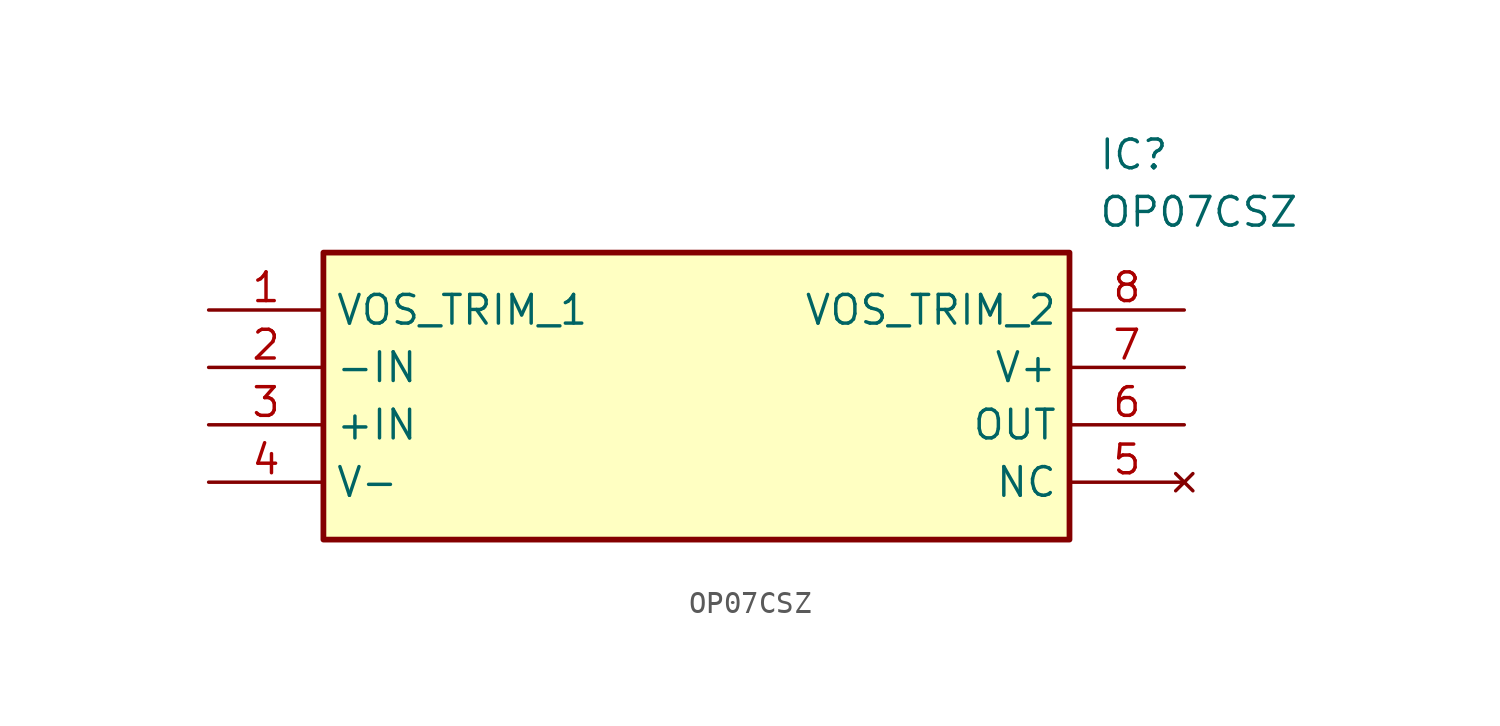
<source format=kicad_sym>
(kicad_symbol_lib
  (version 20211014)
  (generator SamacSys_ECAD_Model)
  (symbol "OP07CSZ"
    (property "Reference" "IC"
      (at 39.37 7.62 0)
      (effects (font (size 1.27 1.27)) (justify left top)))
    (property "Value" "OP07CSZ"
      (at 39.37 5.08 0)
      (effects (font (size 1.27 1.27)) (justify left top)))
    (rectangle
      (start 5.08 2.54)
      (end 38.1 -10.16)
      (stroke (width 0.254) (type default))
      (fill (type background)))
    (pin passive line
      (at 0 0 0)
      (length 5.08)
      (name "VOS_TRIM_1" (effects (font (size 1.27 1.27))))
      (number "1" (effects (font (size 1.27 1.27)))))
    (pin passive line
      (at 0 -2.54 0)
      (length 5.08)
      (name "-IN" (effects (font (size 1.27 1.27))))
      (number "2" (effects (font (size 1.27 1.27)))))
    (pin passive line
      (at 0 -5.08 0)
      (length 5.08)
      (name "+IN" (effects (font (size 1.27 1.27))))
      (number "3" (effects (font (size 1.27 1.27)))))
    (pin passive line
      (at 0 -7.62 0)
      (length 5.08)
      (name "V-" (effects (font (size 1.27 1.27))))
      (number "4" (effects (font (size 1.27 1.27)))))
    (pin passive line
      (at 43.18 0 180)
      (length 5.08)
      (name "VOS_TRIM_2" (effects (font (size 1.27 1.27))))
      (number "8" (effects (font (size 1.27 1.27)))))
    (pin passive line
      (at 43.18 -2.54 180)
      (length 5.08)
      (name "V+" (effects (font (size 1.27 1.27))))
      (number "7" (effects (font (size 1.27 1.27)))))
    (pin passive line
      (at 43.18 -5.08 180)
      (length 5.08)
      (name "OUT" (effects (font (size 1.27 1.27))))
      (number "6" (effects (font (size 1.27 1.27)))))
    (pin no_connect line
      (at 43.18 -7.62 180)
      (length 5.08)
      (name "NC" (effects (font (size 1.27 1.27))))
      (number "5" (effects (font (size 1.27 1.27)))))))
</source>
